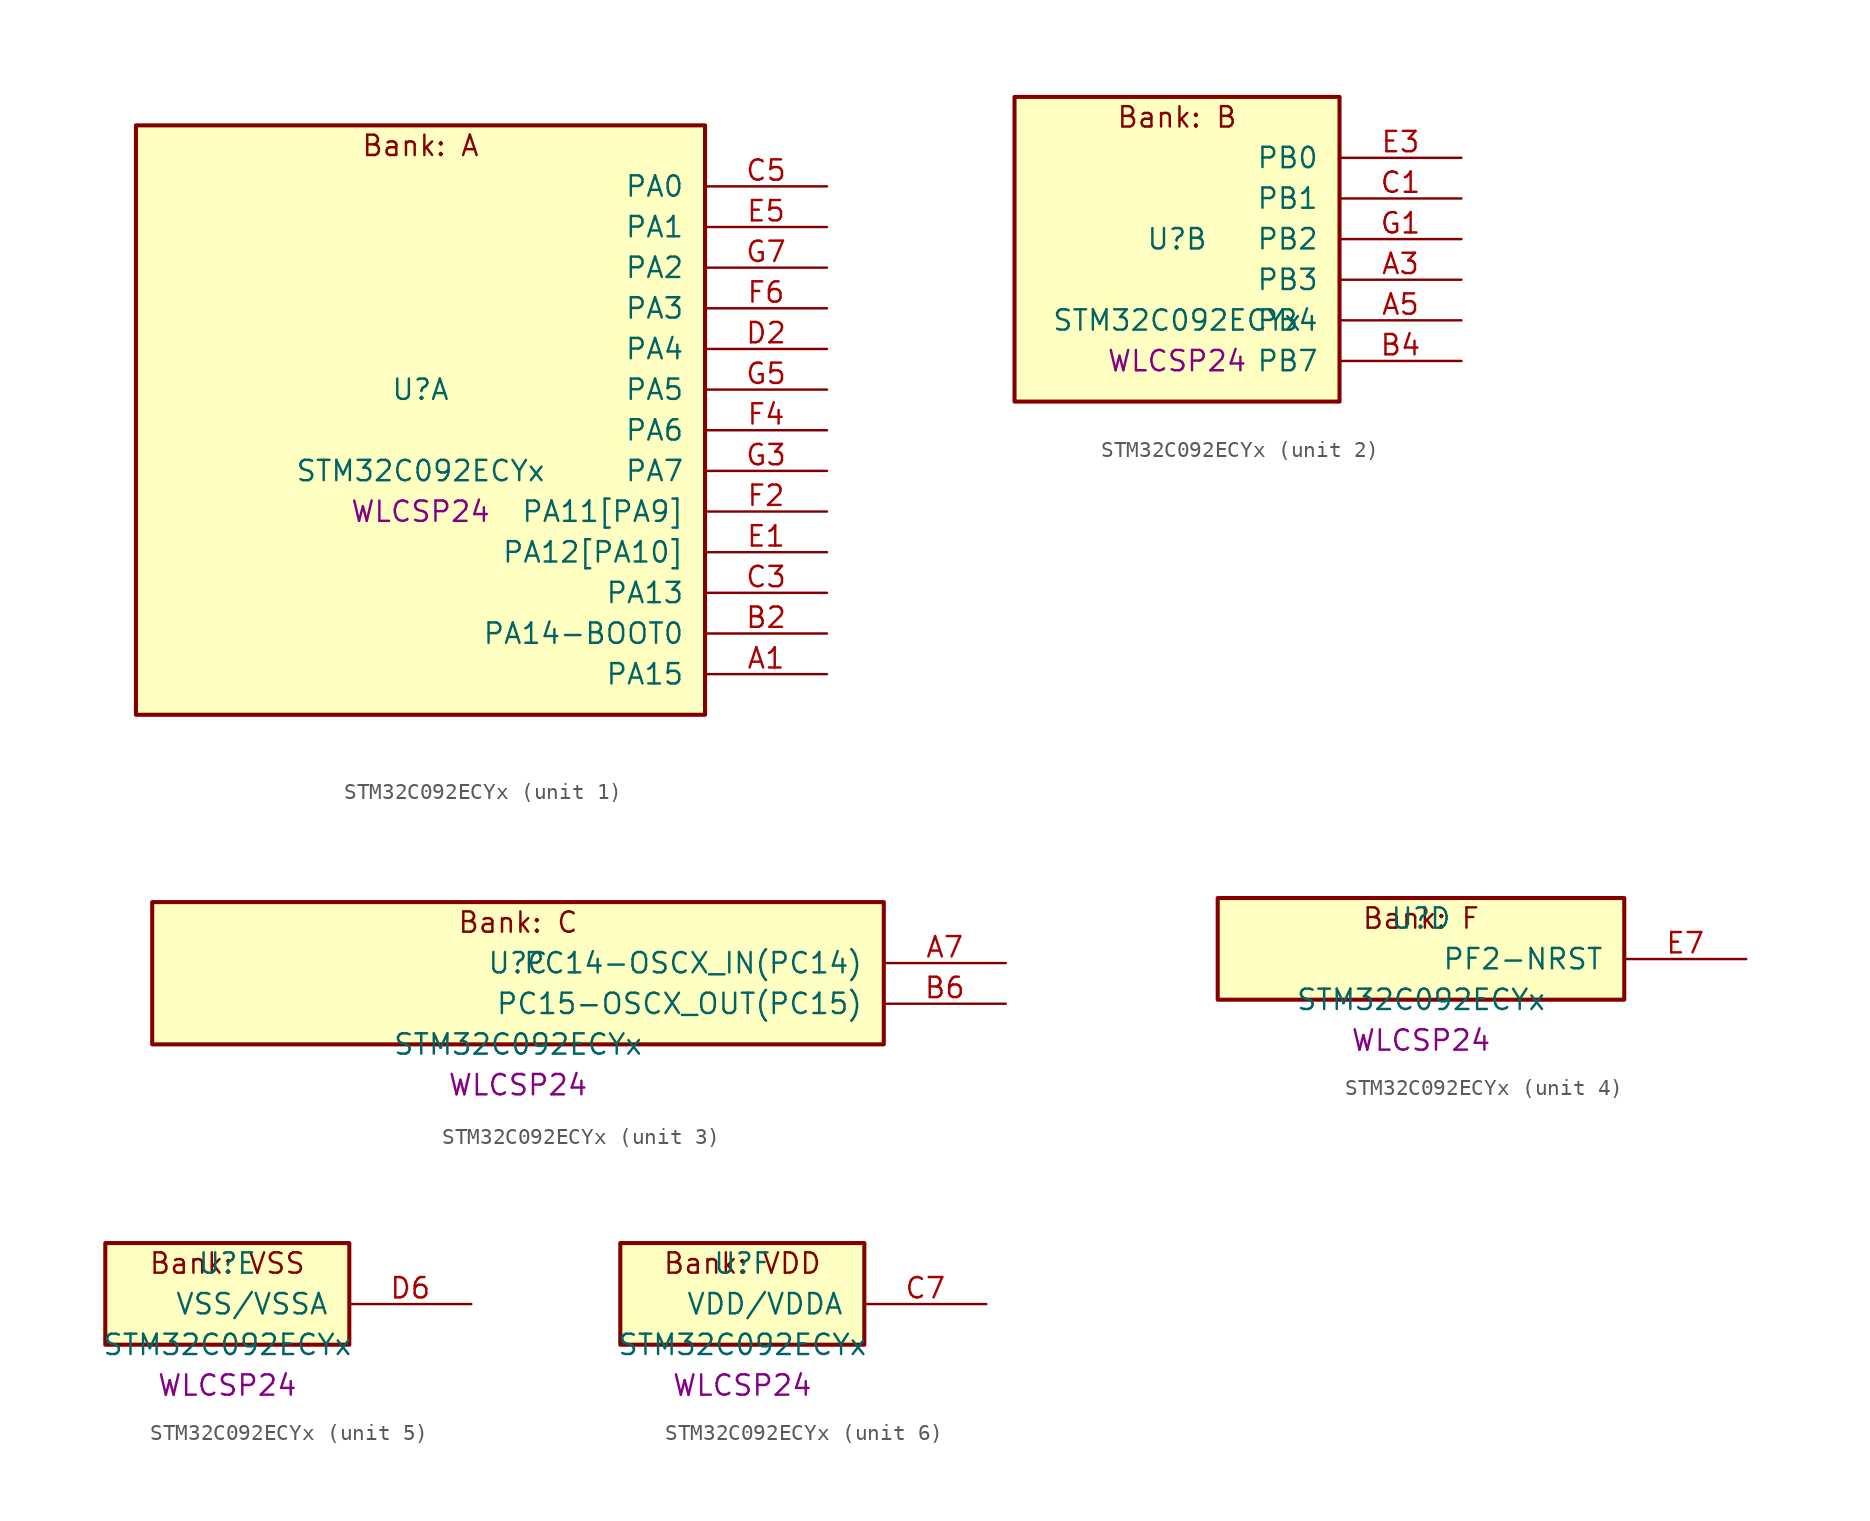
<source format=kicad_sym>
(kicad_symbol_lib
  (version 20241209)
  (generator "stm32_pkl_generator")
  (generator_version "1.0")
  (symbol "STM32C092ECYx"
    (pin_names
      (offset 1.27))
    (property "Reference" "U"
      (at 0 2.54 0))
    (property "Value" "STM32C092ECYx"
      (at 0 -2.54 0))
    (property "Footprint" "WLCSP24"
      (at 0 -5.08 0))
    (symbol "STM32C092ECYx_1_1"
      (rectangle (start -17.78 19.05) (end 17.78 -17.78) (stroke (width 0.254) (type solid)) (fill (type background)))
      (text "Bank: A" (at 0 17.78 0))
      (pin bidirectional line (at 25.4 15.24 180) (length 7.62) (name "PA0") (number "C5") (alternate "PA0/ADC1_IN0" bidirectional line) (alternate "PA0/PWR_WKUP1" bidirectional line) (alternate "PA0/SPI2_SCK" bidirectional line) (alternate "PA0/TIM16_CH1" bidirectional line) (alternate "PA0/TIM1_CH1" bidirectional line) (alternate "PA0/TIM2_CH1" bidirectional line) (alternate "PA0/TIM2_ETR" bidirectional line) (alternate "PA0/USART1_TX" bidirectional line) (alternate "PA0/USART2_CTS" bidirectional line) (alternate "PA0/USART2_NSS" bidirectional line) (alternate "PA0/USART4_TX" bidirectional line))
      (pin bidirectional line (at 25.4 12.7 180) (length 7.62) (name "PA1") (number "E5") (alternate "PA1/ADC1_IN1" bidirectional line) (alternate "PA1/I2C1_SMBA" bidirectional line) (alternate "PA1/I2S1_CK" bidirectional line) (alternate "PA1/SPI1_SCK" bidirectional line) (alternate "PA1/TIM15_CH1N" bidirectional line) (alternate "PA1/TIM17_CH1" bidirectional line) (alternate "PA1/TIM1_CH2" bidirectional line) (alternate "PA1/TIM2_CH2" bidirectional line) (alternate "PA1/USART1_RX" bidirectional line) (alternate "PA1/USART2_CK" bidirectional line) (alternate "PA1/USART2_DE" bidirectional line) (alternate "PA1/USART2_RTS" bidirectional line) (alternate "PA1/USART4_RX" bidirectional line))
      (pin bidirectional line (at 25.4 10.16 180) (length 7.62) (name "PA2") (number "G7") (alternate "PA2/ADC1_IN2" bidirectional line) (alternate "PA2/I2S1_SD" bidirectional line) (alternate "PA2/PWR_WKUP4" bidirectional line) (alternate "PA2/RCC_LSCO" bidirectional line) (alternate "PA2/SPI1_MOSI" bidirectional line) (alternate "PA2/TIM15_CH1" bidirectional line) (alternate "PA2/TIM16_CH1N" bidirectional line) (alternate "PA2/TIM1_CH3" bidirectional line) (alternate "PA2/TIM2_CH3" bidirectional line) (alternate "PA2/TIM3_ETR" bidirectional line) (alternate "PA2/USART2_TX" bidirectional line))
      (pin bidirectional line (at 25.4 7.62 180) (length 7.62) (name "PA3") (number "F6") (alternate "PA3/ADC1_IN3" bidirectional line) (alternate "PA3/SPI2_MISO" bidirectional line) (alternate "PA3/TIM15_CH2" bidirectional line) (alternate "PA3/TIM1_CH1N" bidirectional line) (alternate "PA3/TIM1_CH4" bidirectional line) (alternate "PA3/TIM2_CH4" bidirectional line) (alternate "PA3/USART2_RX" bidirectional line))
      (pin bidirectional line (at 25.4 5.08 180) (length 7.62) (name "PA4") (number "D2") (alternate "PA4/ADC1_IN4" bidirectional line) (alternate "PA4/I2S1_WS" bidirectional line) (alternate "PA4/PWR_WKUP2" bidirectional line) (alternate "PA4/RTC_OUT1" bidirectional line) (alternate "PA4/RTC_TS" bidirectional line) (alternate "PA4/SPI1_NSS" bidirectional line) (alternate "PA4/SPI2_MOSI" bidirectional line) (alternate "PA4/TIM14_CH1" bidirectional line) (alternate "PA4/TIM17_CH1N" bidirectional line) (alternate "PA4/TIM1_CH2N" bidirectional line) (alternate "PA4/USART2_TX" bidirectional line))
      (pin bidirectional line (at 25.4 2.54 180) (length 7.62) (name "PA5") (number "G5") (alternate "PA5/ADC1_IN5" bidirectional line) (alternate "PA5/I2S1_CK" bidirectional line) (alternate "PA5/SPI1_SCK" bidirectional line) (alternate "PA5/TIM1_CH1" bidirectional line) (alternate "PA5/TIM1_CH3N" bidirectional line) (alternate "PA5/TIM2_CH1" bidirectional line) (alternate "PA5/TIM2_ETR" bidirectional line) (alternate "PA5/USART2_RX" bidirectional line) (alternate "PA5/USART3_TX" bidirectional line))
      (pin bidirectional line (at 25.4 0 180) (length 7.62) (name "PA6") (number "F4") (alternate "PA6/ADC1_IN6" bidirectional line) (alternate "PA6/I2C2_SDA" bidirectional line) (alternate "PA6/I2S1_MCK" bidirectional line) (alternate "PA6/SPI1_MISO" bidirectional line) (alternate "PA6/TIM16_CH1" bidirectional line) (alternate "PA6/TIM1_BKIN" bidirectional line) (alternate "PA6/TIM3_CH1" bidirectional line) (alternate "PA6/USART3_CTS" bidirectional line) (alternate "PA6/USART3_NSS" bidirectional line))
      (pin bidirectional line (at 25.4 -2.54 180) (length 7.62) (name "PA7") (number "G3") (alternate "PA7/ADC1_IN7" bidirectional line) (alternate "PA7/I2C2_SCL" bidirectional line) (alternate "PA7/I2S1_SD" bidirectional line) (alternate "PA7/SPI1_MOSI" bidirectional line) (alternate "PA7/TIM14_CH1" bidirectional line) (alternate "PA7/TIM17_CH1" bidirectional line) (alternate "PA7/TIM1_CH1N" bidirectional line) (alternate "PA7/TIM3_CH2" bidirectional line))
      (pin bidirectional line (at 25.4 -5.08 180) (length 7.62) (name "PA11[PA9]") (number "F2") (alternate "PA11[PA9]/ADC1_EXTI11" bidirectional line) (alternate "PA11[PA9]/FDCAN1_RX" bidirectional line) (alternate "PA11[PA9]/I2C2_SCL" bidirectional line) (alternate "PA11[PA9]/I2S1_MCK" bidirectional line) (alternate "PA11[PA9]/SPI1_MISO" bidirectional line) (alternate "PA11[PA9]/TIM1_BKIN2" bidirectional line) (alternate "PA11[PA9]/TIM1_CH4" bidirectional line) (alternate "PA11[PA9]/USART1_CTS" bidirectional line) (alternate "PA11[PA9]/USART1_NSS" bidirectional line) (alternate "PA11[PA9]/PA9[PA11]" bidirectional line) (alternate "PA11[PA9]/I2C1_SCL" bidirectional line) (alternate "PA11[PA9]/RCC_MCO" bidirectional line) (alternate "PA11[PA9]/SPI2_MISO" bidirectional line) (alternate "PA11[PA9]/TIM15_BKIN" bidirectional line) (alternate "PA11[PA9]/TIM1_CH2" bidirectional line) (alternate "PA11[PA9]/TIM3_ETR" bidirectional line) (alternate "PA11[PA9]/USART1_TX" bidirectional line))
      (pin bidirectional line (at 25.4 -7.62 180) (length 7.62) (name "PA12[PA10]") (number "E1") (alternate "PA12[PA10]/FDCAN1_TX" bidirectional line) (alternate "PA12[PA10]/I2C2_SDA" bidirectional line) (alternate "PA12[PA10]/I2S1_SD" bidirectional line) (alternate "PA12[PA10]/I2S_CKIN" bidirectional line) (alternate "PA12[PA10]/SPI1_MOSI" bidirectional line) (alternate "PA12[PA10]/TIM1_ETR" bidirectional line) (alternate "PA12[PA10]/USART1_CK" bidirectional line) (alternate "PA12[PA10]/USART1_DE" bidirectional line) (alternate "PA12[PA10]/USART1_RTS" bidirectional line) (alternate "PA12[PA10]/PA10[PA12]" bidirectional line) (alternate "PA12[PA10]/I2C1_SDA" bidirectional line) (alternate "PA12[PA10]/RCC_MCO_2" bidirectional line) (alternate "PA12[PA10]/SPI2_MOSI" bidirectional line) (alternate "PA12[PA10]/TIM17_BKIN" bidirectional line) (alternate "PA12[PA10]/TIM1_CH3" bidirectional line) (alternate "PA12[PA10]/USART1_RX" bidirectional line))
      (pin bidirectional line (at 25.4 -10.16 180) (length 7.62) (name "PA13") (number "C3") (alternate "PA13/ADC1_IN13" bidirectional line) (alternate "PA13/DEBUG_SWDIO" bidirectional line) (alternate "PA13/IR_OUT" bidirectional line) (alternate "PA13/TIM3_ETR" bidirectional line) (alternate "PA13/USART2_RX" bidirectional line))
      (pin bidirectional line (at 25.4 -12.7 180) (length 7.62) (name "PA14-BOOT0") (number "B2") (alternate "PA14-BOOT0/ADC1_IN14" bidirectional line) (alternate "PA14-BOOT0/BOOT0" bidirectional line) (alternate "PA14-BOOT0/DEBUG_SWCLK" bidirectional line) (alternate "PA14-BOOT0/I2S1_WS" bidirectional line) (alternate "PA14-BOOT0/RCC_MCO_2" bidirectional line) (alternate "PA14-BOOT0/SPI1_NSS" bidirectional line) (alternate "PA14-BOOT0/TIM1_CH1" bidirectional line) (alternate "PA14-BOOT0/USART1_CK" bidirectional line) (alternate "PA14-BOOT0/USART1_DE" bidirectional line) (alternate "PA14-BOOT0/USART1_RTS" bidirectional line) (alternate "PA14-BOOT0/USART2_RX" bidirectional line) (alternate "PA14-BOOT0/USART2_TX" bidirectional line))
      (pin bidirectional line (at 25.4 -15.24 180) (length 7.62) (name "PA15") (number "A1") (alternate "PA15/I2S1_WS" bidirectional line) (alternate "PA15/RCC_MCO_2" bidirectional line) (alternate "PA15/SPI1_NSS" bidirectional line) (alternate "PA15/TIM1_CH1" bidirectional line) (alternate "PA15/TIM2_CH1" bidirectional line) (alternate "PA15/TIM2_ETR" bidirectional line) (alternate "PA15/USART1_CK" bidirectional line) (alternate "PA15/USART1_DE" bidirectional line) (alternate "PA15/USART1_RTS" bidirectional line) (alternate "PA15/USART2_RX" bidirectional line) (alternate "PA15/USART3_CK" bidirectional line) (alternate "PA15/USART3_DE" bidirectional line) (alternate "PA15/USART3_RTS" bidirectional line) (alternate "PA15/USART4_CK" bidirectional line) (alternate "PA15/USART4_DE" bidirectional line) (alternate "PA15/USART4_RTS" bidirectional line)))
    (symbol "STM32C092ECYx_2_1"
      (rectangle (start -10.16 11.43) (end 10.16 -7.62) (stroke (width 0.254) (type solid)) (fill (type background)))
      (text "Bank: B" (at 0 10.16 0))
      (pin bidirectional line (at 17.78 7.62 180) (length 7.62) (name "PB0") (number "E3") (alternate "PB0/ADC1_IN17" bidirectional line) (alternate "PB0/FDCAN1_RX" bidirectional line) (alternate "PB0/I2S1_WS" bidirectional line) (alternate "PB0/SPI1_NSS" bidirectional line) (alternate "PB0/TIM1_CH2N" bidirectional line) (alternate "PB0/TIM3_CH3" bidirectional line) (alternate "PB0/USART3_RX" bidirectional line))
      (pin bidirectional line (at 17.78 5.08 180) (length 7.62) (name "PB1") (number "C1") (alternate "PB1/ADC1_IN18" bidirectional line) (alternate "PB1/FDCAN1_TX" bidirectional line) (alternate "PB1/TIM14_CH1" bidirectional line) (alternate "PB1/TIM1_CH2N" bidirectional line) (alternate "PB1/TIM1_CH3N" bidirectional line) (alternate "PB1/TIM3_CH4" bidirectional line) (alternate "PB1/USART3_CK" bidirectional line) (alternate "PB1/USART3_DE" bidirectional line) (alternate "PB1/USART3_RTS" bidirectional line))
      (pin bidirectional line (at 17.78 2.54 180) (length 7.62) (name "PB2") (number "G1") (alternate "PB2/ADC1_IN19" bidirectional line) (alternate "PB2/RCC_MCO_2" bidirectional line) (alternate "PB2/SPI2_MISO" bidirectional line) (alternate "PB2/USART1_RX" bidirectional line) (alternate "PB2/USART3_TX" bidirectional line) (alternate "PB2/PA8" bidirectional line) (alternate "PB2/ADC1_IN8" bidirectional line) (alternate "PB2/I2S1_WS" bidirectional line) (alternate "PB2/RCC_MCO" bidirectional line) (alternate "PB2/SPI1_NSS" bidirectional line) (alternate "PB2/SPI2_NSS" bidirectional line) (alternate "PB2/TIM14_CH1" bidirectional line) (alternate "PB2/TIM1_CH1" bidirectional line) (alternate "PB2/TIM1_CH2N" bidirectional line) (alternate "PB2/TIM1_CH3N" bidirectional line) (alternate "PB2/TIM3_CH3" bidirectional line) (alternate "PB2/TIM3_CH4" bidirectional line) (alternate "PB2/USART2_TX" bidirectional line))
      (pin bidirectional line (at 17.78 0 180) (length 7.62) (name "PB3") (number "A3") (alternate "PB3/I2C2_SCL" bidirectional line) (alternate "PB3/I2S1_CK" bidirectional line) (alternate "PB3/SPI1_SCK" bidirectional line) (alternate "PB3/TIM1_CH2" bidirectional line) (alternate "PB3/TIM2_CH2" bidirectional line) (alternate "PB3/TIM3_CH2" bidirectional line) (alternate "PB3/USART1_CK" bidirectional line) (alternate "PB3/USART1_DE" bidirectional line) (alternate "PB3/USART1_RTS" bidirectional line) (alternate "PB3/PB5" bidirectional line) (alternate "PB3/FDCAN1_RX" bidirectional line) (alternate "PB3/I2C1_SMBA" bidirectional line) (alternate "PB3/I2S1_SD" bidirectional line) (alternate "PB3/PWR_WKUP6" bidirectional line) (alternate "PB3/SPI1_MOSI" bidirectional line) (alternate "PB3/TIM16_BKIN" bidirectional line) (alternate "PB3/TIM3_CH3" bidirectional line))
      (pin bidirectional line (at 17.78 -2.54 180) (length 7.62) (name "PB4") (number "A5") (alternate "PB4/I2C2_SDA" bidirectional line) (alternate "PB4/I2S1_MCK" bidirectional line) (alternate "PB4/SPI1_MISO" bidirectional line) (alternate "PB4/TIM17_BKIN" bidirectional line) (alternate "PB4/TIM3_CH1" bidirectional line) (alternate "PB4/USART1_CTS" bidirectional line) (alternate "PB4/USART1_NSS" bidirectional line) (alternate "PB4/PB6" bidirectional line) (alternate "PB4/FDCAN1_TX" bidirectional line) (alternate "PB4/I2C1_SCL" bidirectional line) (alternate "PB4/I2C1_SMBA" bidirectional line) (alternate "PB4/I2S1_CK" bidirectional line) (alternate "PB4/I2S1_SD" bidirectional line) (alternate "PB4/PWR_WKUP3" bidirectional line) (alternate "PB4/SPI1_MOSI" bidirectional line) (alternate "PB4/SPI1_SCK" bidirectional line) (alternate "PB4/SPI2_MISO" bidirectional line) (alternate "PB4/TIM16_BKIN" bidirectional line) (alternate "PB4/TIM16_CH1N" bidirectional line) (alternate "PB4/TIM1_CH2" bidirectional line) (alternate "PB4/TIM1_CH3" bidirectional line) (alternate "PB4/TIM3_CH2" bidirectional line) (alternate "PB4/TIM3_CH3" bidirectional line) (alternate "PB4/USART1_TX" bidirectional line))
      (pin bidirectional line (at 17.78 -5.08 180) (length 7.62) (name "PB7") (number "B4") (alternate "PB7/I2C1_SCL" bidirectional line) (alternate "PB7/I2C1_SDA" bidirectional line) (alternate "PB7/RTC_REFIN" bidirectional line) (alternate "PB7/SPI2_MOSI" bidirectional line) (alternate "PB7/TIM16_CH1" bidirectional line) (alternate "PB7/TIM17_CH1N" bidirectional line) (alternate "PB7/TIM1_CH4" bidirectional line) (alternate "PB7/TIM3_CH1" bidirectional line) (alternate "PB7/TIM3_CH4" bidirectional line) (alternate "PB7/USART1_RX" bidirectional line) (alternate "PB7/USART2_CTS" bidirectional line) (alternate "PB7/USART2_NSS" bidirectional line) (alternate "PB7/USART4_CTS" bidirectional line) (alternate "PB7/USART4_NSS" bidirectional line) (alternate "PB7/PB8" bidirectional line) (alternate "PB7/FDCAN1_RX" bidirectional line) (alternate "PB7/SPI2_SCK" bidirectional line) (alternate "PB7/TIM15_BKIN" bidirectional line) (alternate "PB7/USART3_TX" bidirectional line)))
    (symbol "STM32C092ECYx_3_1"
      (rectangle (start -22.86 6.35) (end 22.86 -2.54) (stroke (width 0.254) (type solid)) (fill (type background)))
      (text "Bank: C" (at 0 5.08 0))
      (pin bidirectional line (at 30.48 2.54 180) (length 7.62) (name "PC14-OSCX_IN(PC14)") (number "A7") (alternate "PC14-OSCX_IN(PC14)/FDCAN1_TX" bidirectional line) (alternate "PC14-OSCX_IN(PC14)/I2C1_SDA" bidirectional line) (alternate "PC14-OSCX_IN(PC14)/IR_OUT" bidirectional line) (alternate "PC14-OSCX_IN(PC14)/RCC_OSCX_IN" bidirectional line) (alternate "PC14-OSCX_IN(PC14)/SPI2_NSS" bidirectional line) (alternate "PC14-OSCX_IN(PC14)/TIM17_CH1" bidirectional line) (alternate "PC14-OSCX_IN(PC14)/TIM1_BKIN2" bidirectional line) (alternate "PC14-OSCX_IN(PC14)/TIM1_ETR" bidirectional line) (alternate "PC14-OSCX_IN(PC14)/TIM3_CH2" bidirectional line) (alternate "PC14-OSCX_IN(PC14)/USART1_TX" bidirectional line) (alternate "PC14-OSCX_IN(PC14)/USART2_CK" bidirectional line) (alternate "PC14-OSCX_IN(PC14)/USART2_DE" bidirectional line) (alternate "PC14-OSCX_IN(PC14)/USART2_RTS" bidirectional line) (alternate "PC14-OSCX_IN(PC14)/USART3_TX" bidirectional line))
      (pin bidirectional line (at 30.48 0 180) (length 7.62) (name "PC15-OSCX_OUT(PC15)") (number "B6") (alternate "PC15-OSCX_OUT(PC15)/RCC_OSC32_EN" bidirectional line) (alternate "PC15-OSCX_OUT(PC15)/RCC_OSCX_OUT" bidirectional line) (alternate "PC15-OSCX_OUT(PC15)/RCC_OSC_EN" bidirectional line) (alternate "PC15-OSCX_OUT(PC15)/TIM15_BKIN" bidirectional line) (alternate "PC15-OSCX_OUT(PC15)/TIM1_ETR" bidirectional line) (alternate "PC15-OSCX_OUT(PC15)/TIM3_CH3" bidirectional line)))
    (symbol "STM32C092ECYx_4_1"
      (rectangle (start -12.7 3.81) (end 12.7 -2.54) (stroke (width 0.254) (type solid)) (fill (type background)))
      (text "Bank: F" (at 0 2.54 0))
      (pin bidirectional line (at 20.32 0 180) (length 7.62) (name "PF2-NRST") (number "E7") (alternate "PF2-NRST/RCC_MCO" bidirectional line) (alternate "PF2-NRST/TIM1_CH4" bidirectional line)))
    (symbol "STM32C092ECYx_5_1"
      (rectangle (start -7.62 3.81) (end 7.62 -2.54) (stroke (width 0.254) (type solid)) (fill (type background)))
      (text "Bank: VSS" (at 0 2.54 0))
      (pin power_in line (at 15.24 0 180) (length 7.62) (name "VSS/VSSA") (number "D6")))
    (symbol "STM32C092ECYx_6_1"
      (rectangle (start -7.62 3.81) (end 7.62 -2.54) (stroke (width 0.254) (type solid)) (fill (type background)))
      (text "Bank: VDD" (at 0 2.54 0))
      (pin power_in line (at 15.24 0 180) (length 7.62) (name "VDD/VDDA") (number "C7")))))
</source>
